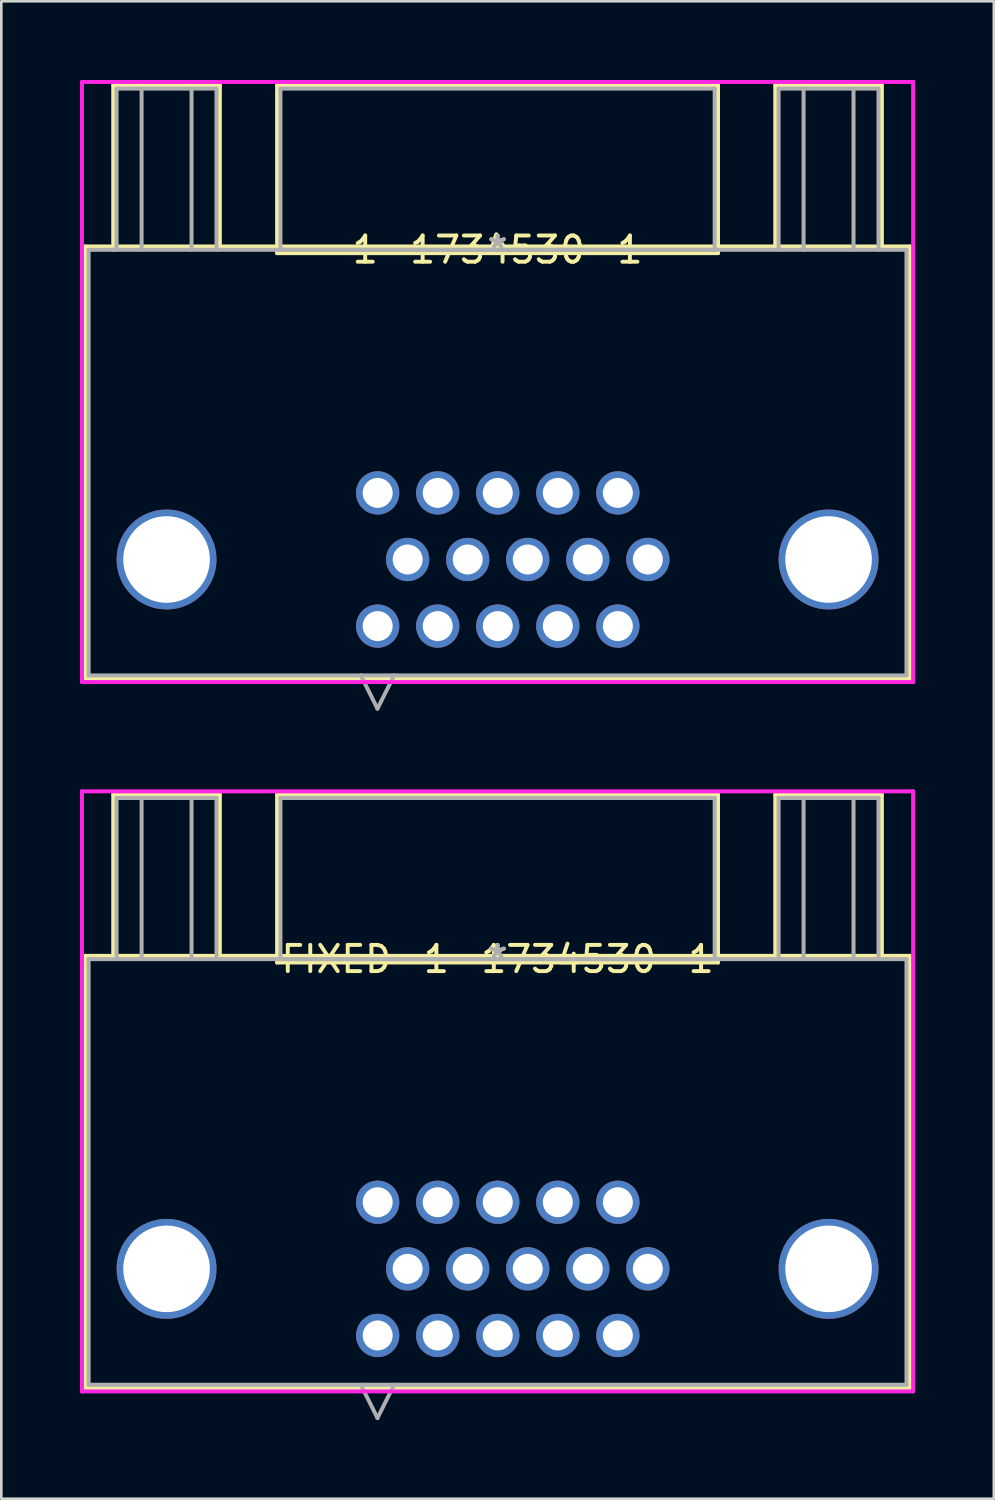
<source format=kicad_pcb>
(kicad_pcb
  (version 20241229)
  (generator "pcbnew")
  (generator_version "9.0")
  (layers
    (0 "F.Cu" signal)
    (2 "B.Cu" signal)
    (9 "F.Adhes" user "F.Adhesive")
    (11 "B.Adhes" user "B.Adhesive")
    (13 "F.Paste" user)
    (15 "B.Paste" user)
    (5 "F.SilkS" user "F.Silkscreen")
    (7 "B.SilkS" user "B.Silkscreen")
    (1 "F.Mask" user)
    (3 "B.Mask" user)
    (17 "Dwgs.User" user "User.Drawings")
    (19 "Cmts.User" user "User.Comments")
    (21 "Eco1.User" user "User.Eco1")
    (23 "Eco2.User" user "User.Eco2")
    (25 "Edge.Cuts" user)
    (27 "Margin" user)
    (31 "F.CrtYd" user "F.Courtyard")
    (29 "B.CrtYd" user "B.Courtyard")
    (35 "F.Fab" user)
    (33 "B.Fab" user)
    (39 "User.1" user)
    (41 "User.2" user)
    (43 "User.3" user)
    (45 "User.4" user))
  (footprint "1-1734530-1"
    (layer "F.Cu")
    (at 15.926 6.477)
    (property "Reference" "1-1734530-1" (at 0 0 0) (layer "F.SilkS") (effects (font (size 1 1) (thickness 0.15))))
    (attr through_hole)
    (fp_line (start -15.723 -0.127) (end -15.723 16.358) (stroke (width 0.152) (type solid)) (layer "F.SilkS"))
    (fp_line (start -15.723 16.358) (end 15.723 16.358) (stroke (width 0.152) (type solid)) (layer "F.SilkS"))
    (fp_line (start -14.656 -6.274) (end -10.592 -6.274) (stroke (width 0.152) (type solid)) (layer "F.SilkS"))
    (fp_line (start -14.656 0) (end -14.656 -6.274) (stroke (width 0.152) (type solid)) (layer "F.SilkS"))
    (fp_line (start -10.592 -6.274) (end -10.592 -0.127) (stroke (width 0.152) (type solid)) (layer "F.SilkS"))
    (fp_line (start -8.407 -6.274) (end -8.407 0.127) (stroke (width 0.152) (type solid)) (layer "F.SilkS"))
    (fp_line (start -8.407 0.127) (end 8.407 0.127) (stroke (width 0.152) (type solid)) (layer "F.SilkS"))
    (fp_line (start 8.407 -6.274) (end -8.407 -6.274) (stroke (width 0.152) (type solid)) (layer "F.SilkS"))
    (fp_line (start 8.407 0.127) (end 8.407 -6.274) (stroke (width 0.152) (type solid)) (layer "F.SilkS"))
    (fp_line (start 10.592 -6.274) (end 14.656 -6.274) (stroke (width 0.152) (type solid)) (layer "F.SilkS"))
    (fp_line (start 10.592 -0.127) (end 10.592 -6.274) (stroke (width 0.152) (type solid)) (layer "F.SilkS"))
    (fp_line (start 14.656 -6.274) (end 14.656 -0.127) (stroke (width 0.152) (type solid)) (layer "F.SilkS"))
    (fp_line (start 15.723 -0.127) (end -15.723 -0.127) (stroke (width 0.152) (type solid)) (layer "F.SilkS"))
    (fp_line (start 15.723 16.358) (end 15.723 -0.127) (stroke (width 0.152) (type solid)) (layer "F.SilkS"))
    (fp_line (start -15.85 -6.401) (end -15.85 16.485) (stroke (width 0.152) (type solid)) (layer "F.CrtYd"))
    (fp_line (start -15.85 16.485) (end 15.85 16.485) (stroke (width 0.152) (type solid)) (layer "F.CrtYd"))
    (fp_line (start 15.85 -6.401) (end -15.85 -6.401) (stroke (width 0.152) (type solid)) (layer "F.CrtYd"))
    (fp_line (start 15.85 16.485) (end 15.85 -6.401) (stroke (width 0.152) (type solid)) (layer "F.CrtYd"))
    (fp_line (start -15.596 0) (end -15.596 16.231) (stroke (width 0.152) (type solid)) (layer "F.Fab"))
    (fp_line (start -15.596 16.231) (end 15.596 16.231) (stroke (width 0.152) (type solid)) (layer "F.Fab"))
    (fp_line (start -14.529 -6.147) (end -10.719 -6.147) (stroke (width 0.152) (type solid)) (layer "F.Fab"))
    (fp_line (start -14.529 0) (end -14.529 -6.147) (stroke (width 0.152) (type solid)) (layer "F.Fab"))
    (fp_line (start -13.576 0) (end -13.576 -6.147) (stroke (width 0.152) (type solid)) (layer "F.Fab"))
    (fp_line (start -11.671 -6.147) (end -11.671 0) (stroke (width 0.152) (type solid)) (layer "F.Fab"))
    (fp_line (start -10.719 -6.147) (end -10.719 0) (stroke (width 0.152) (type solid)) (layer "F.Fab"))
    (fp_line (start -8.28 -6.147) (end -8.28 0) (stroke (width 0.152) (type solid)) (layer "F.Fab"))
    (fp_line (start -8.28 0) (end 8.28 0) (stroke (width 0.152) (type solid)) (layer "F.Fab"))
    (fp_line (start -5.215 16.231) (end -4.58 17.501) (stroke (width 0.152) (type solid)) (layer "F.Fab"))
    (fp_line (start -3.945 16.231) (end -4.58 17.501) (stroke (width 0.152) (type solid)) (layer "F.Fab"))
    (fp_line (start 8.28 -6.147) (end -8.28 -6.147) (stroke (width 0.152) (type solid)) (layer "F.Fab"))
    (fp_line (start 8.28 0) (end 8.28 -6.147) (stroke (width 0.152) (type solid)) (layer "F.Fab"))
    (fp_line (start 10.719 -6.147) (end 14.529 -6.147) (stroke (width 0.152) (type solid)) (layer "F.Fab"))
    (fp_line (start 10.719 0) (end 10.719 -6.147) (stroke (width 0.152) (type solid)) (layer "F.Fab"))
    (fp_line (start 11.671 0) (end 11.671 -6.147) (stroke (width 0.152) (type solid)) (layer "F.Fab"))
    (fp_line (start 13.576 -6.147) (end 13.576 0) (stroke (width 0.152) (type solid)) (layer "F.Fab"))
    (fp_line (start 14.529 -6.147) (end 14.529 0) (stroke (width 0.152) (type solid)) (layer "F.Fab"))
    (fp_line (start 15.596 0) (end -15.596 0) (stroke (width 0.152) (type solid)) (layer "F.Fab"))
    (fp_line (start 15.596 16.231) (end 15.596 0) (stroke (width 0.152) (type solid)) (layer "F.Fab"))
    (fp_text user "*" (at 0 0 0) (layer "F.SilkS") (effects (font (size 1 1) (thickness 0.15))))
    (fp_text user "Copyright 2016 Accelerated Designs. All rights reserved." (at 0 0 0) (layer "Cmts.User") (effects (font (size 0.127 0.127) (thickness 0.002))))
    (fp_text user "*" (at 0 0 0) (layer "F.Fab") (effects (font (size 1 1) (thickness 0.15))))
    (pad "1" thru_hole circle (at -4.572 9.271) (size 1.651 1.651) (drill 1.143) (layers "*.Cu" "*.Mask"))
    (pad "2" thru_hole circle (at -2.282 9.271) (size 1.651 1.651) (drill 1.143) (layers "*.Cu" "*.Mask"))
    (pad "3" thru_hole circle (at 0.008 9.271) (size 1.651 1.651) (drill 1.143) (layers "*.Cu" "*.Mask"))
    (pad "4" thru_hole circle (at 2.298 9.271) (size 1.651 1.651) (drill 1.143) (layers "*.Cu" "*.Mask"))
    (pad "5" thru_hole circle (at 4.588 9.271) (size 1.651 1.651) (drill 1.143) (layers "*.Cu" "*.Mask"))
    (pad "6" thru_hole circle (at -3.429 11.811) (size 1.651 1.651) (drill 1.143) (layers "*.Cu" "*.Mask"))
    (pad "7" thru_hole circle (at -1.139 11.811) (size 1.651 1.651) (drill 1.143) (layers "*.Cu" "*.Mask"))
    (pad "8" thru_hole circle (at 1.151 11.811) (size 1.651 1.651) (drill 1.143) (layers "*.Cu" "*.Mask"))
    (pad "9" thru_hole circle (at 3.441 11.811) (size 1.651 1.651) (drill 1.143) (layers "*.Cu" "*.Mask"))
    (pad "10" thru_hole circle (at 5.731 11.811) (size 1.651 1.651) (drill 1.143) (layers "*.Cu" "*.Mask"))
    (pad "11" thru_hole circle (at -4.572 14.351) (size 1.651 1.651) (drill 1.143) (layers "*.Cu" "*.Mask"))
    (pad "12" thru_hole circle (at -2.282 14.351) (size 1.651 1.651) (drill 1.143) (layers "*.Cu" "*.Mask"))
    (pad "13" thru_hole circle (at 0.008 14.351) (size 1.651 1.651) (drill 1.143) (layers "*.Cu" "*.Mask"))
    (pad "14" thru_hole circle (at 2.298 14.351) (size 1.651 1.651) (drill 1.143) (layers "*.Cu" "*.Mask"))
    (pad "15" thru_hole circle (at 4.588 14.351) (size 1.651 1.651) (drill 1.143) (layers "*.Cu" "*.Mask"))
    (pad "16" thru_hole circle (at -12.624 11.811) (size 3.81 3.81) (drill 3.302) (layers "*.Cu" "*.Mask"))
    (pad "17" thru_hole circle (at 12.624 11.811) (size 3.81 3.81) (drill 3.302) (layers "*.Cu" "*.Mask")))
  (footprint "FIXED-1-1734530-1"
    (layer "F.Cu")
    (at 15.926 33.531)
    (property "Reference" "FIXED-1-1734530-1" (at 0 0 0) (layer "F.SilkS") (effects (font (size 1 1) (thickness 0.15))))
    (attr through_hole)
    (fp_line (start -15.723 -0.127) (end -15.723 16.358) (stroke (width 0.152) (type solid)) (layer "F.SilkS"))
    (fp_line (start -15.723 16.358) (end 15.723 16.358) (stroke (width 0.152) (type solid)) (layer "F.SilkS"))
    (fp_line (start -14.656 -6.274) (end -10.592 -6.274) (stroke (width 0.152) (type solid)) (layer "F.SilkS"))
    (fp_line (start -14.656 0) (end -14.656 -6.274) (stroke (width 0.152) (type solid)) (layer "F.SilkS"))
    (fp_line (start -10.592 -6.274) (end -10.592 -0.127) (stroke (width 0.152) (type solid)) (layer "F.SilkS"))
    (fp_line (start -8.407 -6.274) (end -8.407 0.127) (stroke (width 0.152) (type solid)) (layer "F.SilkS"))
    (fp_line (start -8.407 0.127) (end 8.407 0.127) (stroke (width 0.152) (type solid)) (layer "F.SilkS"))
    (fp_line (start 8.407 -6.274) (end -8.407 -6.274) (stroke (width 0.152) (type solid)) (layer "F.SilkS"))
    (fp_line (start 8.407 0.127) (end 8.407 -6.274) (stroke (width 0.152) (type solid)) (layer "F.SilkS"))
    (fp_line (start 10.592 -6.274) (end 14.656 -6.274) (stroke (width 0.152) (type solid)) (layer "F.SilkS"))
    (fp_line (start 10.592 -0.127) (end 10.592 -6.274) (stroke (width 0.152) (type solid)) (layer "F.SilkS"))
    (fp_line (start 14.656 -6.274) (end 14.656 -0.127) (stroke (width 0.152) (type solid)) (layer "F.SilkS"))
    (fp_line (start 15.723 -0.127) (end -15.723 -0.127) (stroke (width 0.152) (type solid)) (layer "F.SilkS"))
    (fp_line (start 15.723 16.358) (end 15.723 -0.127) (stroke (width 0.152) (type solid)) (layer "F.SilkS"))
    (fp_line (start -15.85 -6.401) (end -15.85 16.485) (stroke (width 0.152) (type solid)) (layer "F.CrtYd"))
    (fp_line (start -15.85 16.485) (end 15.85 16.485) (stroke (width 0.152) (type solid)) (layer "F.CrtYd"))
    (fp_line (start 15.85 -6.401) (end -15.85 -6.401) (stroke (width 0.152) (type solid)) (layer "F.CrtYd"))
    (fp_line (start 15.85 16.485) (end 15.85 -6.401) (stroke (width 0.152) (type solid)) (layer "F.CrtYd"))
    (fp_line (start -15.596 0) (end -15.596 16.231) (stroke (width 0.152) (type solid)) (layer "F.Fab"))
    (fp_line (start -15.596 16.231) (end 15.596 16.231) (stroke (width 0.152) (type solid)) (layer "F.Fab"))
    (fp_line (start -14.529 -6.147) (end -10.719 -6.147) (stroke (width 0.152) (type solid)) (layer "F.Fab"))
    (fp_line (start -14.529 0) (end -14.529 -6.147) (stroke (width 0.152) (type solid)) (layer "F.Fab"))
    (fp_line (start -13.576 0) (end -13.576 -6.147) (stroke (width 0.152) (type solid)) (layer "F.Fab"))
    (fp_line (start -11.671 -6.147) (end -11.671 0) (stroke (width 0.152) (type solid)) (layer "F.Fab"))
    (fp_line (start -10.719 -6.147) (end -10.719 0) (stroke (width 0.152) (type solid)) (layer "F.Fab"))
    (fp_line (start -8.28 -6.147) (end -8.28 0) (stroke (width 0.152) (type solid)) (layer "F.Fab"))
    (fp_line (start -8.28 0) (end 8.28 0) (stroke (width 0.152) (type solid)) (layer "F.Fab"))
    (fp_line (start -5.215 16.231) (end -4.58 17.501) (stroke (width 0.152) (type solid)) (layer "F.Fab"))
    (fp_line (start -3.945 16.231) (end -4.58 17.501) (stroke (width 0.152) (type solid)) (layer "F.Fab"))
    (fp_line (start 8.28 -6.147) (end -8.28 -6.147) (stroke (width 0.152) (type solid)) (layer "F.Fab"))
    (fp_line (start 8.28 0) (end 8.28 -6.147) (stroke (width 0.152) (type solid)) (layer "F.Fab"))
    (fp_line (start 10.719 -6.147) (end 14.529 -6.147) (stroke (width 0.152) (type solid)) (layer "F.Fab"))
    (fp_line (start 10.719 0) (end 10.719 -6.147) (stroke (width 0.152) (type solid)) (layer "F.Fab"))
    (fp_line (start 11.671 0) (end 11.671 -6.147) (stroke (width 0.152) (type solid)) (layer "F.Fab"))
    (fp_line (start 13.576 -6.147) (end 13.576 0) (stroke (width 0.152) (type solid)) (layer "F.Fab"))
    (fp_line (start 14.529 -6.147) (end 14.529 0) (stroke (width 0.152) (type solid)) (layer "F.Fab"))
    (fp_line (start 15.596 0) (end -15.596 0) (stroke (width 0.152) (type solid)) (layer "F.Fab"))
    (fp_line (start 15.596 16.231) (end 15.596 0) (stroke (width 0.152) (type solid)) (layer "F.Fab"))
    (fp_text user "*" (at 0 0 0) (layer "F.SilkS") (effects (font (size 1 1) (thickness 0.15))))
    (fp_text user "Copyright 2016 Accelerated Designs. All rights reserved." (at 0 0 0) (layer "Cmts.User") (effects (font (size 0.127 0.127) (thickness 0.002))))
    (fp_text user "*" (at 0 0 0) (layer "F.Fab") (effects (font (size 1 1) (thickness 0.15))))
    (pad "1" thru_hole circle (at -4.572 14.351) (size 1.651 1.651) (drill 1.143) (layers "*.Cu" "*.Mask"))
    (pad "2" thru_hole circle (at -2.282 14.351) (size 1.651 1.651) (drill 1.143) (layers "*.Cu" "*.Mask"))
    (pad "3" thru_hole circle (at 0.008 14.351) (size 1.651 1.651) (drill 1.143) (layers "*.Cu" "*.Mask"))
    (pad "4" thru_hole circle (at 2.298 14.351) (size 1.651 1.651) (drill 1.143) (layers "*.Cu" "*.Mask"))
    (pad "5" thru_hole circle (at 4.588 14.351) (size 1.651 1.651) (drill 1.143) (layers "*.Cu" "*.Mask"))
    (pad "6" thru_hole circle (at -3.429 11.811) (size 1.651 1.651) (drill 1.143) (layers "*.Cu" "*.Mask"))
    (pad "7" thru_hole circle (at -1.139 11.811) (size 1.651 1.651) (drill 1.143) (layers "*.Cu" "*.Mask"))
    (pad "8" thru_hole circle (at 1.151 11.811) (size 1.651 1.651) (drill 1.143) (layers "*.Cu" "*.Mask"))
    (pad "9" thru_hole circle (at 3.441 11.811) (size 1.651 1.651) (drill 1.143) (layers "*.Cu" "*.Mask"))
    (pad "10" thru_hole circle (at 5.731 11.811) (size 1.651 1.651) (drill 1.143) (layers "*.Cu" "*.Mask"))
    (pad "11" thru_hole circle (at -4.572 9.271) (size 1.651 1.651) (drill 1.143) (layers "*.Cu" "*.Mask"))
    (pad "12" thru_hole circle (at -2.282 9.271) (size 1.651 1.651) (drill 1.143) (layers "*.Cu" "*.Mask"))
    (pad "13" thru_hole circle (at 0.008 9.271) (size 1.651 1.651) (drill 1.143) (layers "*.Cu" "*.Mask"))
    (pad "14" thru_hole circle (at 2.298 9.271) (size 1.651 1.651) (drill 1.143) (layers "*.Cu" "*.Mask"))
    (pad "15" thru_hole circle (at 4.588 9.271) (size 1.651 1.651) (drill 1.143) (layers "*.Cu" "*.Mask"))
    (pad "16" thru_hole circle (at -12.624 11.811) (size 3.81 3.81) (drill 3.302) (layers "*.Cu" "*.Mask"))
    (pad "17" thru_hole circle (at 12.624 11.811) (size 3.81 3.81) (drill 3.302) (layers "*.Cu" "*.Mask")))
  (gr_rect
    (start -3 -3)
    (end 34.852 54.108)
    (stroke (width 0.1) (type default))
    (fill no)
    (layer "Edge.Cuts")))
</source>
